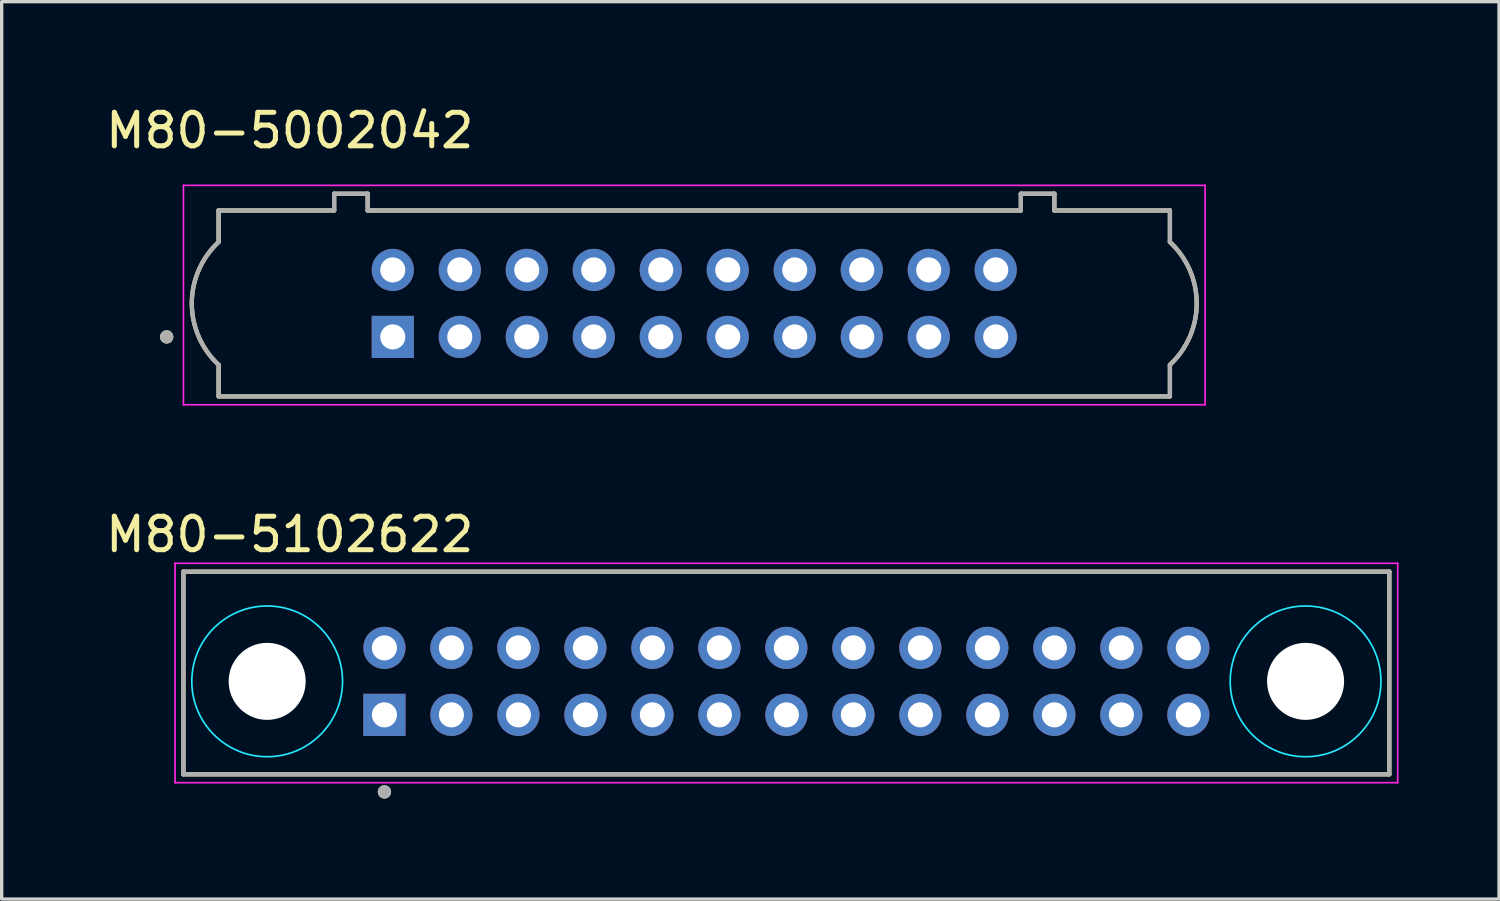
<source format=kicad_pcb>
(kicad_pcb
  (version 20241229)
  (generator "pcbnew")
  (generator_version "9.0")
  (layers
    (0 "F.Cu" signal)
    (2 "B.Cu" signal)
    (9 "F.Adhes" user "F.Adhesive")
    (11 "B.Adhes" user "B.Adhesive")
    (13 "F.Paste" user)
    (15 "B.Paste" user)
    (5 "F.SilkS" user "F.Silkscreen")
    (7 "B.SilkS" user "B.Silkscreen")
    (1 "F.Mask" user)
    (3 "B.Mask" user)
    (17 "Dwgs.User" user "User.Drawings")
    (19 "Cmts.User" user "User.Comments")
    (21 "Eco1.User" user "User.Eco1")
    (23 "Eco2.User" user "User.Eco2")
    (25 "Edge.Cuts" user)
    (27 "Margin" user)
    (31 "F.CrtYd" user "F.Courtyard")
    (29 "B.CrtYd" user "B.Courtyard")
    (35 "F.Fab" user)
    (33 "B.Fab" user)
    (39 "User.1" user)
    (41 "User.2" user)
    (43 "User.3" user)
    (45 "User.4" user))
  (footprint "M80-5102622"
    (layer "F.Cu")
    (at 20.426 17.291)
    (property "Reference" "M80-5102622" (at -14.825 -4.385 0) (layer "F.SilkS") (effects (font (size 1 1) (thickness 0.15))))
    (attr through_hole)
    (fp_line (start -18 -3.275) (end 18 -3.275) (stroke (width 0.127) (type solid)) (layer "F.SilkS"))
    (fp_line (start -18 2.775) (end -18 -3.275) (stroke (width 0.127) (type solid)) (layer "F.SilkS"))
    (fp_line (start 18 -3.275) (end 18 2.775) (stroke (width 0.127) (type solid)) (layer "F.SilkS"))
    (fp_line (start 18 2.775) (end -18 2.775) (stroke (width 0.127) (type solid)) (layer "F.SilkS"))
    (fp_circle (center -12 3.3) (end -11.9 3.3) (stroke (width 0.2) (type solid)) (fill no) (layer "F.SilkS"))
    (fp_circle (center -15.5 0) (end -13.25 0) (stroke (width 0.05) (type solid)) (fill no) (layer "B.CrtYd"))
    (fp_circle (center 15.5 0) (end 17.75 0) (stroke (width 0.05) (type solid)) (fill no) (layer "B.CrtYd"))
    (fp_line (start -18.25 -3.525) (end -18.25 3.025) (stroke (width 0.05) (type solid)) (layer "F.CrtYd"))
    (fp_line (start -18.25 3.025) (end 18.25 3.025) (stroke (width 0.05) (type solid)) (layer "F.CrtYd"))
    (fp_line (start 18.25 -3.525) (end -18.25 -3.525) (stroke (width 0.05) (type solid)) (layer "F.CrtYd"))
    (fp_line (start 18.25 3.025) (end 18.25 -3.525) (stroke (width 0.05) (type solid)) (layer "F.CrtYd"))
    (fp_line (start -18 -3.275) (end 18 -3.275) (stroke (width 0.127) (type solid)) (layer "F.Fab"))
    (fp_line (start -18 2.775) (end -18 -3.275) (stroke (width 0.127) (type solid)) (layer "F.Fab"))
    (fp_line (start 18 -3.275) (end 18 2.775) (stroke (width 0.127) (type solid)) (layer "F.Fab"))
    (fp_line (start 18 2.775) (end -18 2.775) (stroke (width 0.127) (type solid)) (layer "F.Fab"))
    (fp_circle (center -12 3.3) (end -11.9 3.3) (stroke (width 0.2) (type solid)) (fill no) (layer "F.Fab"))
    (pad "" np_thru_hole circle (at -15.5 0) (size 2.3 2.3) (drill 2.3) (layers "*.Cu" "*.Mask"))
    (pad "" np_thru_hole circle (at 15.5 0) (size 2.3 2.3) (drill 2.3) (layers "*.Cu" "*.Mask"))
    (pad "1" thru_hole rect (at -12 1) (size 1.258 1.258) (drill 0.75) (layers "*.Cu" "*.Mask"))
    (pad "2" thru_hole circle (at -10 1) (size 1.258 1.258) (drill 0.75) (layers "*.Cu" "*.Mask"))
    (pad "3" thru_hole circle (at -8 1) (size 1.258 1.258) (drill 0.75) (layers "*.Cu" "*.Mask"))
    (pad "4" thru_hole circle (at -6 1) (size 1.258 1.258) (drill 0.75) (layers "*.Cu" "*.Mask"))
    (pad "5" thru_hole circle (at -4 1) (size 1.258 1.258) (drill 0.75) (layers "*.Cu" "*.Mask"))
    (pad "6" thru_hole circle (at -2 1) (size 1.258 1.258) (drill 0.75) (layers "*.Cu" "*.Mask"))
    (pad "7" thru_hole circle (at 0 1) (size 1.258 1.258) (drill 0.75) (layers "*.Cu" "*.Mask"))
    (pad "8" thru_hole circle (at 2 1) (size 1.258 1.258) (drill 0.75) (layers "*.Cu" "*.Mask"))
    (pad "9" thru_hole circle (at 4 1) (size 1.258 1.258) (drill 0.75) (layers "*.Cu" "*.Mask"))
    (pad "10" thru_hole circle (at 6 1) (size 1.258 1.258) (drill 0.75) (layers "*.Cu" "*.Mask"))
    (pad "11" thru_hole circle (at 8 1) (size 1.258 1.258) (drill 0.75) (layers "*.Cu" "*.Mask"))
    (pad "12" thru_hole circle (at 10 1) (size 1.258 1.258) (drill 0.75) (layers "*.Cu" "*.Mask"))
    (pad "13" thru_hole circle (at 12 1) (size 1.258 1.258) (drill 0.75) (layers "*.Cu" "*.Mask"))
    (pad "14" thru_hole circle (at -12 -1) (size 1.258 1.258) (drill 0.75) (layers "*.Cu" "*.Mask"))
    (pad "15" thru_hole circle (at -10 -1) (size 1.258 1.258) (drill 0.75) (layers "*.Cu" "*.Mask"))
    (pad "16" thru_hole circle (at -8 -1) (size 1.258 1.258) (drill 0.75) (layers "*.Cu" "*.Mask"))
    (pad "17" thru_hole circle (at -6 -1) (size 1.258 1.258) (drill 0.75) (layers "*.Cu" "*.Mask"))
    (pad "18" thru_hole circle (at -4 -1) (size 1.258 1.258) (drill 0.75) (layers "*.Cu" "*.Mask"))
    (pad "19" thru_hole circle (at -2 -1) (size 1.258 1.258) (drill 0.75) (layers "*.Cu" "*.Mask"))
    (pad "20" thru_hole circle (at 0 -1) (size 1.258 1.258) (drill 0.75) (layers "*.Cu" "*.Mask"))
    (pad "21" thru_hole circle (at 2 -1) (size 1.258 1.258) (drill 0.75) (layers "*.Cu" "*.Mask"))
    (pad "22" thru_hole circle (at 4 -1) (size 1.258 1.258) (drill 0.75) (layers "*.Cu" "*.Mask"))
    (pad "23" thru_hole circle (at 6 -1) (size 1.258 1.258) (drill 0.75) (layers "*.Cu" "*.Mask"))
    (pad "24" thru_hole circle (at 8 -1) (size 1.258 1.258) (drill 0.75) (layers "*.Cu" "*.Mask"))
    (pad "25" thru_hole circle (at 10 -1) (size 1.258 1.258) (drill 0.75) (layers "*.Cu" "*.Mask"))
    (pad "26" thru_hole circle (at 12 -1) (size 1.258 1.258) (drill 0.75) (layers "*.Cu" "*.Mask"))
    (zone (net_name "") (layers "F.Cu" "B.Cu") (hatch full 0.508) (connect_pads) (min_thickness 2) (filled_areas_thickness no) (keepout (tracks allowed) (vias not_allowed) (pads allowed) (copperpour allowed) (footprints allowed)) (placement (enabled no)) (fill) (polygon (pts (xy 6.926 17.291) (xy 6.917 17.488) (xy 6.888 17.682) (xy 6.84 17.872) (xy 6.774 18.057) (xy 6.69 18.234) (xy 6.589 18.403) (xy 6.472 18.56) (xy 6.34 18.706) (xy 6.195 18.838) (xy 6.037 18.954) (xy 5.869 19.055) (xy 5.692 19.139) (xy 5.507 19.205) (xy 5.316 19.253) (xy 5.122 19.282) (xy 4.926 19.291) (xy 4.73 19.282) (xy 4.536 19.253) (xy 4.346 19.205) (xy 4.161 19.139) (xy 3.983 19.055) (xy 3.815 18.954) (xy 3.657 18.838) (xy 3.512 18.706) (xy 3.38 18.56) (xy 3.263 18.403) (xy 3.162 18.234) (xy 3.078 18.057) (xy 3.012 17.872) (xy 2.965 17.682) (xy 2.936 17.488) (xy 2.926 17.291) (xy 2.936 17.095) (xy 2.965 16.901) (xy 3.012 16.711) (xy 3.078 16.526) (xy 3.162 16.349) (xy 3.263 16.18) (xy 3.38 16.023) (xy 3.512 15.877) (xy 3.657 15.745) (xy 3.815 15.629) (xy 3.983 15.528) (xy 4.161 15.444) (xy 4.346 15.378) (xy 4.536 15.33) (xy 4.73 15.301) (xy 4.926 15.291) (xy 5.122 15.301) (xy 5.316 15.33) (xy 5.507 15.378) (xy 5.692 15.444) (xy 5.869 15.528) (xy 6.037 15.629) (xy 6.195 15.745) (xy 6.34 15.877) (xy 6.472 16.023) (xy 6.589 16.18) (xy 6.69 16.349) (xy 6.774 16.526) (xy 6.84 16.711) (xy 6.888 16.901) (xy 6.917 17.095))))
    (zone (net_name "") (layers "F.Cu" "B.Cu") (hatch full 0.508) (connect_pads) (min_thickness 2) (filled_areas_thickness no) (keepout (tracks allowed) (vias not_allowed) (pads allowed) (copperpour allowed) (footprints allowed)) (placement (enabled no)) (fill) (polygon (pts (xy 37.926 17.291) (xy 37.917 17.488) (xy 37.888 17.682) (xy 37.84 17.872) (xy 37.774 18.057) (xy 37.69 18.234) (xy 37.589 18.403) (xy 37.472 18.56) (xy 37.34 18.706) (xy 37.195 18.838) (xy 37.037 18.954) (xy 36.869 19.055) (xy 36.692 19.139) (xy 36.507 19.205) (xy 36.316 19.253) (xy 36.122 19.282) (xy 35.926 19.291) (xy 35.73 19.282) (xy 35.536 19.253) (xy 35.346 19.205) (xy 35.161 19.139) (xy 34.983 19.055) (xy 34.815 18.954) (xy 34.657 18.838) (xy 34.512 18.706) (xy 34.38 18.56) (xy 34.263 18.403) (xy 34.162 18.234) (xy 34.078 18.057) (xy 34.012 17.872) (xy 33.965 17.682) (xy 33.936 17.488) (xy 33.926 17.291) (xy 33.936 17.095) (xy 33.965 16.901) (xy 34.012 16.711) (xy 34.078 16.526) (xy 34.162 16.349) (xy 34.263 16.18) (xy 34.38 16.023) (xy 34.512 15.877) (xy 34.657 15.745) (xy 34.815 15.629) (xy 34.983 15.528) (xy 35.161 15.444) (xy 35.346 15.378) (xy 35.536 15.33) (xy 35.73 15.301) (xy 35.926 15.291) (xy 36.122 15.301) (xy 36.316 15.33) (xy 36.507 15.378) (xy 36.692 15.444) (xy 36.869 15.528) (xy 37.037 15.629) (xy 37.195 15.745) (xy 37.34 15.877) (xy 37.472 16.023) (xy 37.589 16.18) (xy 37.69 16.349) (xy 37.774 16.526) (xy 37.84 16.711) (xy 37.888 16.901) (xy 37.917 17.095))))
    (zone (net_name "") (layer "B.Cu") (hatch full 0.508) (connect_pads) (min_thickness 2) (filled_areas_thickness no) (keepout (tracks not_allowed) (vias not_allowed) (pads not_allowed) (copperpour not_allowed) (footprints allowed)) (placement (enabled no)) (fill) (polygon (pts (xy 6.926 17.291) (xy 6.917 17.488) (xy 6.888 17.682) (xy 6.84 17.872) (xy 6.774 18.057) (xy 6.69 18.234) (xy 6.589 18.403) (xy 6.472 18.56) (xy 6.34 18.706) (xy 6.195 18.838) (xy 6.037 18.954) (xy 5.869 19.055) (xy 5.692 19.139) (xy 5.507 19.205) (xy 5.316 19.253) (xy 5.122 19.282) (xy 4.926 19.291) (xy 4.73 19.282) (xy 4.536 19.253) (xy 4.346 19.205) (xy 4.161 19.139) (xy 3.983 19.055) (xy 3.815 18.954) (xy 3.657 18.838) (xy 3.512 18.706) (xy 3.38 18.56) (xy 3.263 18.403) (xy 3.162 18.234) (xy 3.078 18.057) (xy 3.012 17.872) (xy 2.965 17.682) (xy 2.936 17.488) (xy 2.926 17.291) (xy 2.936 17.095) (xy 2.965 16.901) (xy 3.012 16.711) (xy 3.078 16.526) (xy 3.162 16.349) (xy 3.263 16.18) (xy 3.38 16.023) (xy 3.512 15.877) (xy 3.657 15.745) (xy 3.815 15.629) (xy 3.983 15.528) (xy 4.161 15.444) (xy 4.346 15.378) (xy 4.536 15.33) (xy 4.73 15.301) (xy 4.926 15.291) (xy 5.122 15.301) (xy 5.316 15.33) (xy 5.507 15.378) (xy 5.692 15.444) (xy 5.869 15.528) (xy 6.037 15.629) (xy 6.195 15.745) (xy 6.34 15.877) (xy 6.472 16.023) (xy 6.589 16.18) (xy 6.69 16.349) (xy 6.774 16.526) (xy 6.84 16.711) (xy 6.888 16.901) (xy 6.917 17.095))))
    (zone (net_name "") (layer "B.Cu") (hatch full 0.508) (connect_pads) (min_thickness 2) (filled_areas_thickness no) (keepout (tracks not_allowed) (vias not_allowed) (pads not_allowed) (copperpour not_allowed) (footprints allowed)) (placement (enabled no)) (fill) (polygon (pts (xy 37.926 17.291) (xy 37.917 17.488) (xy 37.888 17.682) (xy 37.84 17.872) (xy 37.774 18.057) (xy 37.69 18.234) (xy 37.589 18.403) (xy 37.472 18.56) (xy 37.34 18.706) (xy 37.195 18.838) (xy 37.037 18.954) (xy 36.869 19.055) (xy 36.692 19.139) (xy 36.507 19.205) (xy 36.316 19.253) (xy 36.122 19.282) (xy 35.926 19.291) (xy 35.73 19.282) (xy 35.536 19.253) (xy 35.346 19.205) (xy 35.161 19.139) (xy 34.983 19.055) (xy 34.815 18.954) (xy 34.657 18.838) (xy 34.512 18.706) (xy 34.38 18.56) (xy 34.263 18.403) (xy 34.162 18.234) (xy 34.078 18.057) (xy 34.012 17.872) (xy 33.965 17.682) (xy 33.936 17.488) (xy 33.926 17.291) (xy 33.936 17.095) (xy 33.965 16.901) (xy 34.012 16.711) (xy 34.078 16.526) (xy 34.162 16.349) (xy 34.263 16.18) (xy 34.38 16.023) (xy 34.512 15.877) (xy 34.657 15.745) (xy 34.815 15.629) (xy 34.983 15.528) (xy 35.161 15.444) (xy 35.346 15.378) (xy 35.536 15.33) (xy 35.73 15.301) (xy 35.926 15.291) (xy 36.122 15.301) (xy 36.316 15.33) (xy 36.507 15.378) (xy 36.692 15.444) (xy 36.869 15.528) (xy 37.037 15.629) (xy 37.195 15.745) (xy 37.34 15.877) (xy 37.472 16.023) (xy 37.589 16.18) (xy 37.69 16.349) (xy 37.774 16.526) (xy 37.84 16.711) (xy 37.888 16.901) (xy 37.917 17.095)))))
  (footprint "M80-5002042"
    (layer "F.Cu")
    (at 17.676 6.008)
    (property "Reference" "M80-5002042" (at -12.075 -5.16 0) (layer "F.SilkS") (effects (font (size 1 1) (thickness 0.15))))
    (attr through_hole)
    (fp_line (start -14.2 -2.775) (end -10.75 -2.775) (stroke (width 0.127) (type solid)) (layer "F.SilkS"))
    (fp_line (start -14.2 -1.833) (end -14.2 -2.775) (stroke (width 0.127) (type solid)) (layer "F.SilkS"))
    (fp_line (start -14.2 2.775) (end -14.2 1.833) (stroke (width 0.127) (type solid)) (layer "F.SilkS"))
    (fp_line (start -10.75 -3.275) (end -9.75 -3.275) (stroke (width 0.127) (type solid)) (layer "F.SilkS"))
    (fp_line (start -10.75 -2.775) (end -10.75 -3.275) (stroke (width 0.127) (type solid)) (layer "F.SilkS"))
    (fp_line (start -9.75 -3.275) (end -9.75 -2.775) (stroke (width 0.127) (type solid)) (layer "F.SilkS"))
    (fp_line (start -9.75 -2.775) (end 9.75 -2.775) (stroke (width 0.127) (type solid)) (layer "F.SilkS"))
    (fp_line (start 9.75 -3.275) (end 10.75 -3.275) (stroke (width 0.127) (type solid)) (layer "F.SilkS"))
    (fp_line (start 9.75 -2.775) (end 9.75 -3.275) (stroke (width 0.127) (type solid)) (layer "F.SilkS"))
    (fp_line (start 10.75 -3.275) (end 10.75 -2.775) (stroke (width 0.127) (type solid)) (layer "F.SilkS"))
    (fp_line (start 10.75 -2.775) (end 14.2 -2.775) (stroke (width 0.127) (type solid)) (layer "F.SilkS"))
    (fp_line (start 14.2 -2.775) (end 14.2 -1.833) (stroke (width 0.127) (type solid)) (layer "F.SilkS"))
    (fp_line (start 14.2 1.833) (end 14.2 2.775) (stroke (width 0.127) (type solid)) (layer "F.SilkS"))
    (fp_line (start 14.2 2.775) (end -14.2 2.775) (stroke (width 0.127) (type solid)) (layer "F.SilkS"))
    (fp_arc (start -14.2 1.83303) (mid -14.999974 0) (end -14.200001 -1.83303) (stroke (width 0.127) (type solid)) (layer "F.SilkS"))
    (fp_arc (start 14.2 -1.83303) (mid 14.999974 0) (end 14.200001 1.83303) (stroke (width 0.127) (type solid)) (layer "F.SilkS"))
    (fp_circle (center -15.75 1) (end -15.65 1) (stroke (width 0.2) (type solid)) (fill no) (layer "F.SilkS"))
    (fp_line (start -15.25 -3.525) (end -15.25 3.025) (stroke (width 0.05) (type solid)) (layer "F.CrtYd"))
    (fp_line (start -15.25 3.025) (end 15.25 3.025) (stroke (width 0.05) (type solid)) (layer "F.CrtYd"))
    (fp_line (start 15.25 -3.525) (end -15.25 -3.525) (stroke (width 0.05) (type solid)) (layer "F.CrtYd"))
    (fp_line (start 15.25 3.025) (end 15.25 -3.525) (stroke (width 0.05) (type solid)) (layer "F.CrtYd"))
    (fp_line (start -14.2 -2.775) (end -10.75 -2.775) (stroke (width 0.127) (type solid)) (layer "F.Fab"))
    (fp_line (start -14.2 -1.833) (end -14.2 -2.775) (stroke (width 0.127) (type solid)) (layer "F.Fab"))
    (fp_line (start -14.2 2.775) (end -14.2 1.833) (stroke (width 0.127) (type solid)) (layer "F.Fab"))
    (fp_line (start -10.75 -3.275) (end -9.75 -3.275) (stroke (width 0.127) (type solid)) (layer "F.Fab"))
    (fp_line (start -10.75 -2.775) (end -10.75 -3.275) (stroke (width 0.127) (type solid)) (layer "F.Fab"))
    (fp_line (start -9.75 -3.275) (end -9.75 -2.775) (stroke (width 0.127) (type solid)) (layer "F.Fab"))
    (fp_line (start -9.75 -2.775) (end 9.75 -2.775) (stroke (width 0.127) (type solid)) (layer "F.Fab"))
    (fp_line (start 9.75 -3.275) (end 10.75 -3.275) (stroke (width 0.127) (type solid)) (layer "F.Fab"))
    (fp_line (start 9.75 -2.775) (end 9.75 -3.275) (stroke (width 0.127) (type solid)) (layer "F.Fab"))
    (fp_line (start 10.75 -3.275) (end 10.75 -2.775) (stroke (width 0.127) (type solid)) (layer "F.Fab"))
    (fp_line (start 10.75 -2.775) (end 14.2 -2.775) (stroke (width 0.127) (type solid)) (layer "F.Fab"))
    (fp_line (start 14.2 -2.775) (end 14.2 -1.833) (stroke (width 0.127) (type solid)) (layer "F.Fab"))
    (fp_line (start 14.2 1.833) (end 14.2 2.775) (stroke (width 0.127) (type solid)) (layer "F.Fab"))
    (fp_line (start 14.2 2.775) (end -14.2 2.775) (stroke (width 0.127) (type solid)) (layer "F.Fab"))
    (fp_arc (start -14.2 1.83303) (mid -14.999974 0) (end -14.200001 -1.83303) (stroke (width 0.127) (type solid)) (layer "F.Fab"))
    (fp_arc (start 14.2 -1.83303) (mid 14.999974 0) (end 14.200001 1.83303) (stroke (width 0.127) (type solid)) (layer "F.Fab"))
    (fp_circle (center -15.75 1) (end -15.65 1) (stroke (width 0.2) (type solid)) (fill no) (layer "F.Fab"))
    (pad "1" thru_hole rect (at -9 1) (size 1.258 1.258) (drill 0.75) (layers "*.Cu" "*.Mask"))
    (pad "2" thru_hole circle (at -7 1) (size 1.258 1.258) (drill 0.75) (layers "*.Cu" "*.Mask"))
    (pad "3" thru_hole circle (at -5 1) (size 1.258 1.258) (drill 0.75) (layers "*.Cu" "*.Mask"))
    (pad "4" thru_hole circle (at -3 1) (size 1.258 1.258) (drill 0.75) (layers "*.Cu" "*.Mask"))
    (pad "5" thru_hole circle (at -1 1) (size 1.258 1.258) (drill 0.75) (layers "*.Cu" "*.Mask"))
    (pad "6" thru_hole circle (at 1 1) (size 1.258 1.258) (drill 0.75) (layers "*.Cu" "*.Mask"))
    (pad "7" thru_hole circle (at 3 1) (size 1.258 1.258) (drill 0.75) (layers "*.Cu" "*.Mask"))
    (pad "8" thru_hole circle (at 5 1) (size 1.258 1.258) (drill 0.75) (layers "*.Cu" "*.Mask"))
    (pad "9" thru_hole circle (at 7 1) (size 1.258 1.258) (drill 0.75) (layers "*.Cu" "*.Mask"))
    (pad "10" thru_hole circle (at 9 1) (size 1.258 1.258) (drill 0.75) (layers "*.Cu" "*.Mask"))
    (pad "11" thru_hole circle (at -9 -1) (size 1.258 1.258) (drill 0.75) (layers "*.Cu" "*.Mask"))
    (pad "12" thru_hole circle (at -7 -1) (size 1.258 1.258) (drill 0.75) (layers "*.Cu" "*.Mask"))
    (pad "13" thru_hole circle (at -5 -1) (size 1.258 1.258) (drill 0.75) (layers "*.Cu" "*.Mask"))
    (pad "14" thru_hole circle (at -3 -1) (size 1.258 1.258) (drill 0.75) (layers "*.Cu" "*.Mask"))
    (pad "15" thru_hole circle (at -1 -1) (size 1.258 1.258) (drill 0.75) (layers "*.Cu" "*.Mask"))
    (pad "16" thru_hole circle (at 1 -1) (size 1.258 1.258) (drill 0.75) (layers "*.Cu" "*.Mask"))
    (pad "17" thru_hole circle (at 3 -1) (size 1.258 1.258) (drill 0.75) (layers "*.Cu" "*.Mask"))
    (pad "18" thru_hole circle (at 5 -1) (size 1.258 1.258) (drill 0.75) (layers "*.Cu" "*.Mask"))
    (pad "19" thru_hole circle (at 7 -1) (size 1.258 1.258) (drill 0.75) (layers "*.Cu" "*.Mask"))
    (pad "20" thru_hole circle (at 9 -1) (size 1.258 1.258) (drill 0.75) (layers "*.Cu" "*.Mask")))
  (gr_rect
    (start -3 -3)
    (end 41.701 23.791)
    (stroke (width 0.1) (type default))
    (fill no)
    (layer "Edge.Cuts")))
</source>
